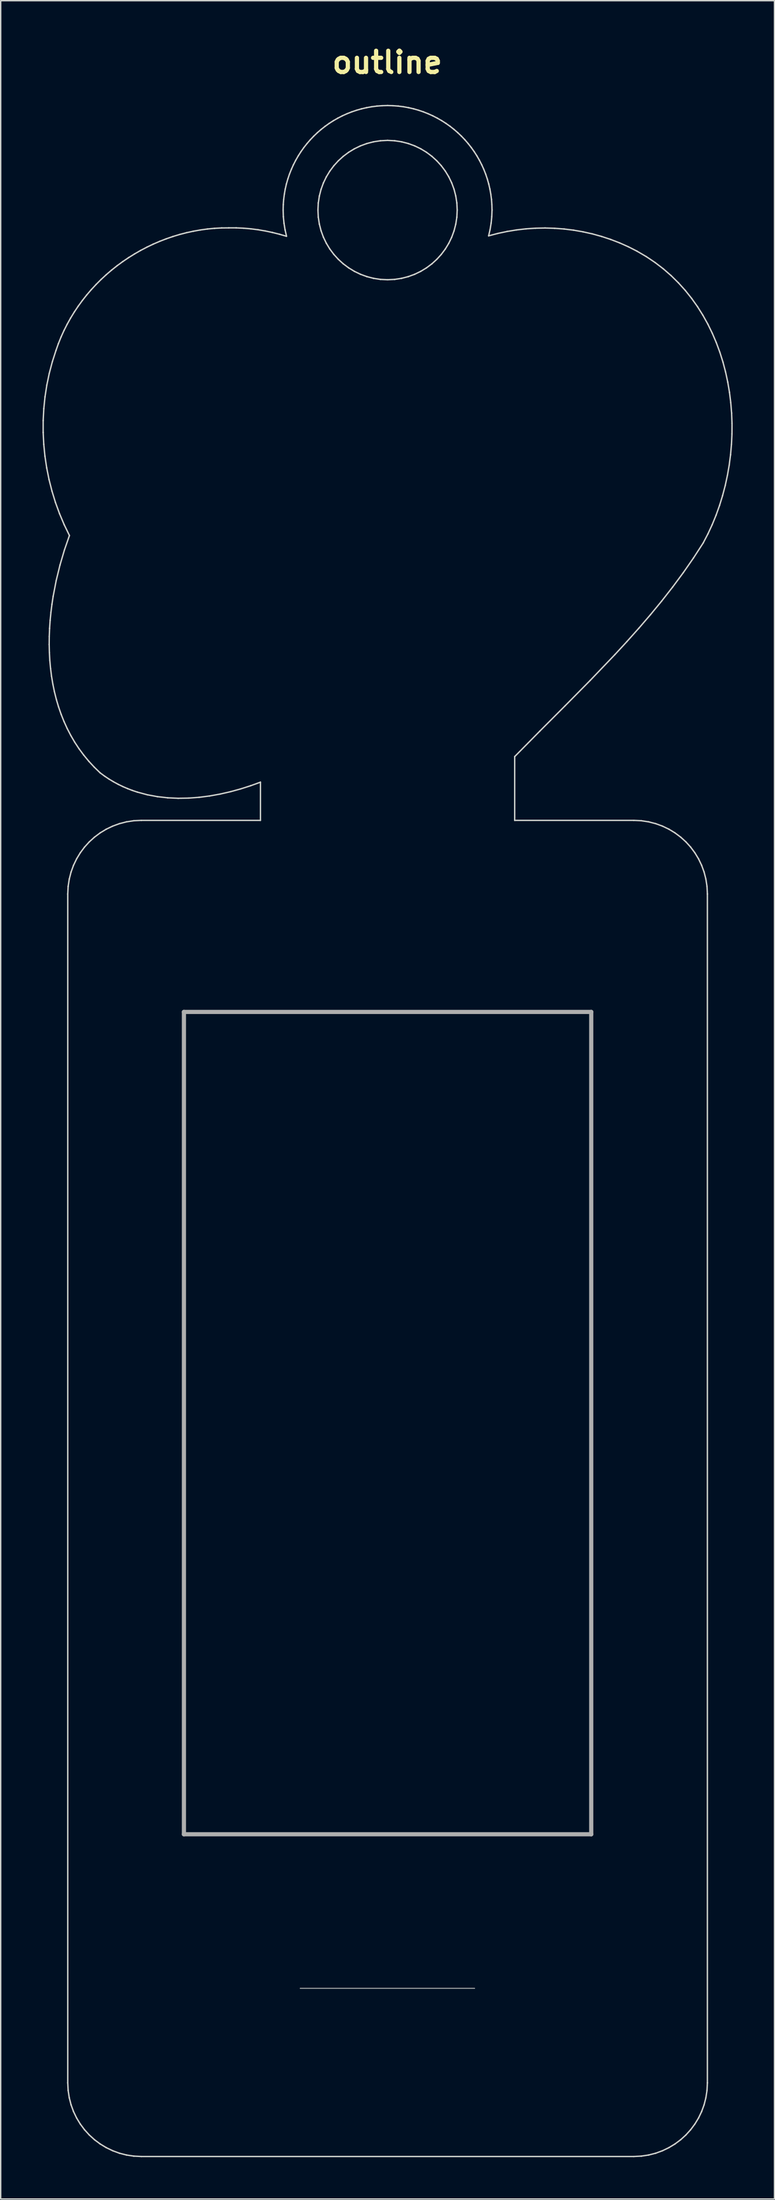
<source format=kicad_pcb>
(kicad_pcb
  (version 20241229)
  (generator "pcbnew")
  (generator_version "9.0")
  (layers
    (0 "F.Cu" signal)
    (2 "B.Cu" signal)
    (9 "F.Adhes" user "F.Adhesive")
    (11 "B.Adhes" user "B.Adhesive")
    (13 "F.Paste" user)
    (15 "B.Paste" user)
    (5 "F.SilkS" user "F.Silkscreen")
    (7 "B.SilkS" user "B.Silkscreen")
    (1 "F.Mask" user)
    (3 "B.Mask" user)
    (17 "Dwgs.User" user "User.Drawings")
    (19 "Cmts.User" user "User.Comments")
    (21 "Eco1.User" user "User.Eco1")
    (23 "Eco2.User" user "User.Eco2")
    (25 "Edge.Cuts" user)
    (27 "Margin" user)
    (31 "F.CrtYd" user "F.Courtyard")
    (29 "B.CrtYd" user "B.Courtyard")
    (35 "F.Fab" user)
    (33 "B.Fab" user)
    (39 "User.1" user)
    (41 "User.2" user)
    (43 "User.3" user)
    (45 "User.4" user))
  (footprint "outline"
    (layer "F.Cu")
    (at 24.757 78.088)
    (property "Reference" "outline" (at 0 -76.662 0) (layer "F.SilkS") (effects (font (size 1.524 1.524) (thickness 0.305))))
    (attr smd)
    (fp_line (start -24.707 -50.106) (end -24.665 -49.253) (stroke (width 0.1) (type solid)) (layer "Edge.Cuts"))
    (fp_line (start -24.706 -50.959) (end -24.707 -50.106) (stroke (width 0.1) (type solid)) (layer "Edge.Cuts"))
    (fp_line (start -24.665 -49.253) (end -24.58 -48.404) (stroke (width 0.1) (type solid)) (layer "Edge.Cuts"))
    (fp_line (start -24.662 -51.811) (end -24.706 -50.959) (stroke (width 0.1) (type solid)) (layer "Edge.Cuts"))
    (fp_line (start -24.58 -48.404) (end -24.453 -47.56) (stroke (width 0.1) (type solid)) (layer "Edge.Cuts"))
    (fp_line (start -24.575 -52.661) (end -24.662 -51.811) (stroke (width 0.1) (type solid)) (layer "Edge.Cuts"))
    (fp_line (start -24.453 -47.56) (end -24.285 -46.722) (stroke (width 0.1) (type solid)) (layer "Edge.Cuts"))
    (fp_line (start -24.444 -53.505) (end -24.575 -52.661) (stroke (width 0.1) (type solid)) (layer "Edge.Cuts"))
    (fp_line (start -24.285 -46.722) (end -24.074 -45.894) (stroke (width 0.1) (type solid)) (layer "Edge.Cuts"))
    (fp_line (start -24.274 -34.89) (end -24.261 -34.315) (stroke (width 0.1) (type solid)) (layer "Edge.Cuts"))
    (fp_line (start -24.27 -54.343) (end -24.444 -53.505) (stroke (width 0.1) (type solid)) (layer "Edge.Cuts"))
    (fp_line (start -24.269 -35.467) (end -24.274 -34.89) (stroke (width 0.1) (type solid)) (layer "Edge.Cuts"))
    (fp_line (start -24.261 -34.315) (end -24.229 -33.742) (stroke (width 0.1) (type solid)) (layer "Edge.Cuts"))
    (fp_line (start -24.246 -36.044) (end -24.269 -35.467) (stroke (width 0.1) (type solid)) (layer "Edge.Cuts"))
    (fp_line (start -24.229 -33.742) (end -24.177 -33.173) (stroke (width 0.1) (type solid)) (layer "Edge.Cuts"))
    (fp_line (start -24.206 -36.622) (end -24.246 -36.044) (stroke (width 0.1) (type solid)) (layer "Edge.Cuts"))
    (fp_line (start -24.177 -33.173) (end -24.106 -32.609) (stroke (width 0.1) (type solid)) (layer "Edge.Cuts"))
    (fp_line (start -24.149 -37.198) (end -24.206 -36.622) (stroke (width 0.1) (type solid)) (layer "Edge.Cuts"))
    (fp_line (start -24.106 -32.609) (end -24.013 -32.049) (stroke (width 0.1) (type solid)) (layer "Edge.Cuts"))
    (fp_line (start -24.077 -37.773) (end -24.149 -37.198) (stroke (width 0.1) (type solid)) (layer "Edge.Cuts"))
    (fp_line (start -24.074 -45.894) (end -23.823 -45.076) (stroke (width 0.1) (type solid)) (layer "Edge.Cuts"))
    (fp_line (start -24.051 -55.172) (end -24.27 -54.343) (stroke (width 0.1) (type solid)) (layer "Edge.Cuts"))
    (fp_line (start -24.013 -32.049) (end -23.898 -31.496) (stroke (width 0.1) (type solid)) (layer "Edge.Cuts"))
    (fp_line (start -23.99 -38.345) (end -24.077 -37.773) (stroke (width 0.1) (type solid)) (layer "Edge.Cuts"))
    (fp_line (start -23.898 -31.496) (end -23.762 -30.95) (stroke (width 0.1) (type solid)) (layer "Edge.Cuts"))
    (fp_line (start -23.823 -45.076) (end -23.53 -44.272) (stroke (width 0.1) (type solid)) (layer "Edge.Cuts"))
    (fp_line (start -23.788 -55.989) (end -24.051 -55.172) (stroke (width 0.1) (type solid)) (layer "Edge.Cuts"))
    (fp_line (start -23.772 -39.476) (end -23.99 -38.345) (stroke (width 0.1) (type solid)) (layer "Edge.Cuts"))
    (fp_line (start -23.762 -30.95) (end -23.602 -30.412) (stroke (width 0.1) (type solid)) (layer "Edge.Cuts"))
    (fp_line (start -23.616 -56.475) (end -23.788 -55.989) (stroke (width 0.1) (type solid)) (layer "Edge.Cuts"))
    (fp_line (start -23.602 -30.412) (end -23.419 -29.883) (stroke (width 0.1) (type solid)) (layer "Edge.Cuts"))
    (fp_line (start -23.53 -44.272) (end -23.196 -43.482) (stroke (width 0.1) (type solid)) (layer "Edge.Cuts"))
    (fp_line (start -23.501 -40.585) (end -23.772 -39.476) (stroke (width 0.1) (type solid)) (layer "Edge.Cuts"))
    (fp_line (start -23.425 -56.95) (end -23.616 -56.475) (stroke (width 0.1) (type solid)) (layer "Edge.Cuts"))
    (fp_line (start -23.419 -29.883) (end -23.212 -29.364) (stroke (width 0.1) (type solid)) (layer "Edge.Cuts"))
    (fp_line (start -23.214 -57.416) (end -23.425 -56.95) (stroke (width 0.1) (type solid)) (layer "Edge.Cuts"))
    (fp_line (start -23.212 -29.364) (end -22.98 -28.856) (stroke (width 0.1) (type solid)) (layer "Edge.Cuts"))
    (fp_line (start -23.196 -43.482) (end -22.821 -42.709) (stroke (width 0.1) (type solid)) (layer "Edge.Cuts"))
    (fp_line (start -23.183 -41.665) (end -23.501 -40.585) (stroke (width 0.1) (type solid)) (layer "Edge.Cuts"))
    (fp_line (start -22.984 -57.87) (end -23.214 -57.416) (stroke (width 0.1) (type solid)) (layer "Edge.Cuts"))
    (fp_line (start -22.98 -28.856) (end -22.723 -28.359) (stroke (width 0.1) (type solid)) (layer "Edge.Cuts"))
    (fp_line (start -22.941 -16.984) (end -22.941 68.329) (stroke (width 0.1) (type solid)) (layer "Edge.Cuts"))
    (fp_line (start -22.941 68.329) (end -22.914 68.87) (stroke (width 0.1) (type solid)) (layer "Edge.Cuts"))
    (fp_line (start -22.914 -17.526) (end -22.941 -16.984) (stroke (width 0.1) (type solid)) (layer "Edge.Cuts"))
    (fp_line (start -22.914 68.87) (end -22.834 69.396) (stroke (width 0.1) (type solid)) (layer "Edge.Cuts"))
    (fp_line (start -22.834 -18.052) (end -22.914 -17.526) (stroke (width 0.1) (type solid)) (layer "Edge.Cuts"))
    (fp_line (start -22.834 69.396) (end -22.704 69.904) (stroke (width 0.1) (type solid)) (layer "Edge.Cuts"))
    (fp_line (start -22.821 -42.709) (end -23.183 -41.665) (stroke (width 0.1) (type solid)) (layer "Edge.Cuts"))
    (fp_line (start -22.737 -58.314) (end -22.984 -57.87) (stroke (width 0.1) (type solid)) (layer "Edge.Cuts"))
    (fp_line (start -22.723 -28.359) (end -22.44 -27.875) (stroke (width 0.1) (type solid)) (layer "Edge.Cuts"))
    (fp_line (start -22.704 -18.559) (end -22.834 -18.052) (stroke (width 0.1) (type solid)) (layer "Edge.Cuts"))
    (fp_line (start -22.704 69.904) (end -22.527 70.39) (stroke (width 0.1) (type solid)) (layer "Edge.Cuts"))
    (fp_line (start -22.527 -19.045) (end -22.704 -18.559) (stroke (width 0.1) (type solid)) (layer "Edge.Cuts"))
    (fp_line (start -22.527 70.39) (end -22.305 70.852) (stroke (width 0.1) (type solid)) (layer "Edge.Cuts"))
    (fp_line (start -22.472 -58.747) (end -22.737 -58.314) (stroke (width 0.1) (type solid)) (layer "Edge.Cuts"))
    (fp_line (start -22.44 -27.875) (end -22.13 -27.404) (stroke (width 0.1) (type solid)) (layer "Edge.Cuts"))
    (fp_line (start -22.305 -19.507) (end -22.527 -19.045) (stroke (width 0.1) (type solid)) (layer "Edge.Cuts"))
    (fp_line (start -22.305 70.852) (end -22.041 71.287) (stroke (width 0.1) (type solid)) (layer "Edge.Cuts"))
    (fp_line (start -22.19 -59.168) (end -22.472 -58.747) (stroke (width 0.1) (type solid)) (layer "Edge.Cuts"))
    (fp_line (start -22.13 -27.404) (end -21.792 -26.948) (stroke (width 0.1) (type solid)) (layer "Edge.Cuts"))
    (fp_line (start -22.041 -19.943) (end -22.305 -19.507) (stroke (width 0.1) (type solid)) (layer "Edge.Cuts"))
    (fp_line (start -22.041 71.287) (end -21.737 71.694) (stroke (width 0.1) (type solid)) (layer "Edge.Cuts"))
    (fp_line (start -21.892 -59.576) (end -22.19 -59.168) (stroke (width 0.1) (type solid)) (layer "Edge.Cuts"))
    (fp_line (start -21.792 -26.948) (end -21.427 -26.506) (stroke (width 0.1) (type solid)) (layer "Edge.Cuts"))
    (fp_line (start -21.737 -20.35) (end -22.041 -19.943) (stroke (width 0.1) (type solid)) (layer "Edge.Cuts"))
    (fp_line (start -21.737 71.694) (end -21.396 72.069) (stroke (width 0.1) (type solid)) (layer "Edge.Cuts"))
    (fp_line (start -21.578 -59.973) (end -21.892 -59.576) (stroke (width 0.1) (type solid)) (layer "Edge.Cuts"))
    (fp_line (start -21.427 -26.506) (end -21.033 -26.081) (stroke (width 0.1) (type solid)) (layer "Edge.Cuts"))
    (fp_line (start -21.396 -20.725) (end -21.737 -20.35) (stroke (width 0.1) (type solid)) (layer "Edge.Cuts"))
    (fp_line (start -21.396 72.069) (end -21.021 72.41) (stroke (width 0.1) (type solid)) (layer "Edge.Cuts"))
    (fp_line (start -21.25 -60.356) (end -21.578 -59.973) (stroke (width 0.1) (type solid)) (layer "Edge.Cuts"))
    (fp_line (start -21.033 -26.081) (end -20.61 -25.673) (stroke (width 0.1) (type solid)) (layer "Edge.Cuts"))
    (fp_line (start -21.021 -21.065) (end -21.396 -20.725) (stroke (width 0.1) (type solid)) (layer "Edge.Cuts"))
    (fp_line (start -21.021 72.41) (end -20.615 72.713) (stroke (width 0.1) (type solid)) (layer "Edge.Cuts"))
    (fp_line (start -20.906 -60.726) (end -21.25 -60.356) (stroke (width 0.1) (type solid)) (layer "Edge.Cuts"))
    (fp_line (start -20.615 -21.369) (end -21.021 -21.065) (stroke (width 0.1) (type solid)) (layer "Edge.Cuts"))
    (fp_line (start -20.615 72.713) (end -20.179 72.977) (stroke (width 0.1) (type solid)) (layer "Edge.Cuts"))
    (fp_line (start -20.61 -25.673) (end -20.298 -25.444) (stroke (width 0.1) (type solid)) (layer "Edge.Cuts"))
    (fp_line (start -20.549 -61.083) (end -20.906 -60.726) (stroke (width 0.1) (type solid)) (layer "Edge.Cuts"))
    (fp_line (start -20.298 -25.444) (end -19.979 -25.231) (stroke (width 0.1) (type solid)) (layer "Edge.Cuts"))
    (fp_line (start -20.179 -21.633) (end -20.615 -21.369) (stroke (width 0.1) (type solid)) (layer "Edge.Cuts"))
    (fp_line (start -20.179 72.977) (end -19.717 73.199) (stroke (width 0.1) (type solid)) (layer "Edge.Cuts"))
    (fp_line (start -20.178 -61.426) (end -20.549 -61.083) (stroke (width 0.1) (type solid)) (layer "Edge.Cuts"))
    (fp_line (start -19.979 -25.231) (end -19.653 -25.035) (stroke (width 0.1) (type solid)) (layer "Edge.Cuts"))
    (fp_line (start -19.795 -61.754) (end -20.178 -61.426) (stroke (width 0.1) (type solid)) (layer "Edge.Cuts"))
    (fp_line (start -19.717 -21.855) (end -20.179 -21.633) (stroke (width 0.1) (type solid)) (layer "Edge.Cuts"))
    (fp_line (start -19.717 73.199) (end -19.231 73.377) (stroke (width 0.1) (type solid)) (layer "Edge.Cuts"))
    (fp_line (start -19.653 -25.035) (end -19.322 -24.856) (stroke (width 0.1) (type solid)) (layer "Edge.Cuts"))
    (fp_line (start -19.399 -62.068) (end -19.795 -61.754) (stroke (width 0.1) (type solid)) (layer "Edge.Cuts"))
    (fp_line (start -19.322 -24.856) (end -18.985 -24.693) (stroke (width 0.1) (type solid)) (layer "Edge.Cuts"))
    (fp_line (start -19.231 -22.032) (end -19.717 -21.855) (stroke (width 0.1) (type solid)) (layer "Edge.Cuts"))
    (fp_line (start -19.231 73.377) (end -18.723 73.507) (stroke (width 0.1) (type solid)) (layer "Edge.Cuts"))
    (fp_line (start -18.992 -62.366) (end -19.399 -62.068) (stroke (width 0.1) (type solid)) (layer "Edge.Cuts"))
    (fp_line (start -18.985 -24.693) (end -18.643 -24.546) (stroke (width 0.1) (type solid)) (layer "Edge.Cuts"))
    (fp_line (start -18.723 -22.162) (end -19.231 -22.032) (stroke (width 0.1) (type solid)) (layer "Edge.Cuts"))
    (fp_line (start -18.723 73.507) (end -18.198 73.586) (stroke (width 0.1) (type solid)) (layer "Edge.Cuts"))
    (fp_line (start -18.643 -24.546) (end -18.296 -24.413) (stroke (width 0.1) (type solid)) (layer "Edge.Cuts"))
    (fp_line (start -18.574 -62.649) (end -18.992 -62.366) (stroke (width 0.1) (type solid)) (layer "Edge.Cuts"))
    (fp_line (start -18.296 -24.413) (end -17.944 -24.296) (stroke (width 0.1) (type solid)) (layer "Edge.Cuts"))
    (fp_line (start -18.198 -22.242) (end -18.723 -22.162) (stroke (width 0.1) (type solid)) (layer "Edge.Cuts"))
    (fp_line (start -18.198 73.586) (end -17.656 73.614) (stroke (width 0.1) (type solid)) (layer "Edge.Cuts"))
    (fp_line (start -18.145 -62.916) (end -18.574 -62.649) (stroke (width 0.1) (type solid)) (layer "Edge.Cuts"))
    (fp_line (start -17.944 -24.296) (end -17.229 -24.105) (stroke (width 0.1) (type solid)) (layer "Edge.Cuts"))
    (fp_line (start -17.707 -63.168) (end -18.145 -62.916) (stroke (width 0.1) (type solid)) (layer "Edge.Cuts"))
    (fp_line (start -17.656 -22.269) (end -18.198 -22.242) (stroke (width 0.1) (type solid)) (layer "Edge.Cuts"))
    (fp_line (start -17.656 73.614) (end 17.704 73.614) (stroke (width 0.1) (type solid)) (layer "Edge.Cuts"))
    (fp_line (start -17.259 -63.402) (end -17.707 -63.168) (stroke (width 0.1) (type solid)) (layer "Edge.Cuts"))
    (fp_line (start -17.229 -24.105) (end -16.501 -23.97) (stroke (width 0.1) (type solid)) (layer "Edge.Cuts"))
    (fp_line (start -16.803 -63.62) (end -17.259 -63.402) (stroke (width 0.1) (type solid)) (layer "Edge.Cuts"))
    (fp_line (start -16.501 -23.97) (end -15.762 -23.887) (stroke (width 0.1) (type solid)) (layer "Edge.Cuts"))
    (fp_line (start -16.338 -63.82) (end -16.803 -63.62) (stroke (width 0.1) (type solid)) (layer "Edge.Cuts"))
    (fp_line (start -15.866 -64.002) (end -16.338 -63.82) (stroke (width 0.1) (type solid)) (layer "Edge.Cuts"))
    (fp_line (start -15.762 -23.887) (end -15.014 -23.853) (stroke (width 0.1) (type solid)) (layer "Edge.Cuts"))
    (fp_line (start -15.387 -64.167) (end -15.866 -64.002) (stroke (width 0.1) (type solid)) (layer "Edge.Cuts"))
    (fp_line (start -15.014 -23.853) (end -14.262 -23.866) (stroke (width 0.1) (type solid)) (layer "Edge.Cuts"))
    (fp_line (start -14.902 -64.313) (end -15.387 -64.167) (stroke (width 0.1) (type solid)) (layer "Edge.Cuts"))
    (fp_line (start -14.411 -64.44) (end -14.902 -64.313) (stroke (width 0.1) (type solid)) (layer "Edge.Cuts"))
    (fp_line (start -14.262 -23.866) (end -13.508 -23.922) (stroke (width 0.1) (type solid)) (layer "Edge.Cuts"))
    (fp_line (start -13.915 -64.548) (end -14.411 -64.44) (stroke (width 0.1) (type solid)) (layer "Edge.Cuts"))
    (fp_line (start -13.508 -23.922) (end -12.755 -24.019) (stroke (width 0.1) (type solid)) (layer "Edge.Cuts"))
    (fp_line (start -13.415 -64.636) (end -13.915 -64.548) (stroke (width 0.1) (type solid)) (layer "Edge.Cuts"))
    (fp_line (start -12.91 -64.705) (end -13.415 -64.636) (stroke (width 0.1) (type solid)) (layer "Edge.Cuts"))
    (fp_line (start -12.755 -24.019) (end -12.006 -24.154) (stroke (width 0.1) (type solid)) (layer "Edge.Cuts"))
    (fp_line (start -12.402 -64.753) (end -12.91 -64.705) (stroke (width 0.1) (type solid)) (layer "Edge.Cuts"))
    (fp_line (start -12.006 -24.154) (end -11.263 -24.323) (stroke (width 0.1) (type solid)) (layer "Edge.Cuts"))
    (fp_line (start -11.891 -64.78) (end -12.402 -64.753) (stroke (width 0.1) (type solid)) (layer "Edge.Cuts"))
    (fp_line (start -11.378 -64.786) (end -11.891 -64.78) (stroke (width 0.1) (type solid)) (layer "Edge.Cuts"))
    (fp_line (start -11.263 -24.323) (end -10.53 -24.524) (stroke (width 0.1) (type solid)) (layer "Edge.Cuts"))
    (fp_line (start -10.848 -64.786) (end -11.378 -64.786) (stroke (width 0.1) (type solid)) (layer "Edge.Cuts"))
    (fp_line (start -10.53 -24.524) (end -9.809 -24.754) (stroke (width 0.1) (type solid)) (layer "Edge.Cuts"))
    (fp_line (start -10.32 -64.763) (end -10.848 -64.786) (stroke (width 0.1) (type solid)) (layer "Edge.Cuts"))
    (fp_line (start -9.809 -24.754) (end -9.104 -25.009) (stroke (width 0.1) (type solid)) (layer "Edge.Cuts"))
    (fp_line (start -9.796 -64.718) (end -10.32 -64.763) (stroke (width 0.1) (type solid)) (layer "Edge.Cuts"))
    (fp_line (start -9.274 -64.651) (end -9.796 -64.718) (stroke (width 0.1) (type solid)) (layer "Edge.Cuts"))
    (fp_line (start -9.104 -25.009) (end -9.104 -22.269) (stroke (width 0.1) (type solid)) (layer "Edge.Cuts"))
    (fp_line (start -9.104 -22.269) (end -17.656 -22.269) (stroke (width 0.1) (type solid)) (layer "Edge.Cuts"))
    (fp_line (start -8.757 -64.563) (end -9.274 -64.651) (stroke (width 0.1) (type solid)) (layer "Edge.Cuts"))
    (fp_line (start -8.244 -64.455) (end -8.757 -64.563) (stroke (width 0.1) (type solid)) (layer "Edge.Cuts"))
    (fp_line (start -7.735 -64.328) (end -8.244 -64.455) (stroke (width 0.1) (type solid)) (layer "Edge.Cuts"))
    (fp_line (start -7.476 -66.064) (end -7.46 -65.588) (stroke (width 0.1) (type solid)) (layer "Edge.Cuts"))
    (fp_line (start -7.466 -66.45) (end -7.476 -66.064) (stroke (width 0.1) (type solid)) (layer "Edge.Cuts"))
    (fp_line (start -7.46 -65.588) (end -7.413 -65.115) (stroke (width 0.1) (type solid)) (layer "Edge.Cuts"))
    (fp_line (start -7.437 -66.83) (end -7.466 -66.45) (stroke (width 0.1) (type solid)) (layer "Edge.Cuts"))
    (fp_line (start -7.413 -65.115) (end -7.337 -64.646) (stroke (width 0.1) (type solid)) (layer "Edge.Cuts"))
    (fp_line (start -7.389 -67.206) (end -7.437 -66.83) (stroke (width 0.1) (type solid)) (layer "Edge.Cuts"))
    (fp_line (start -7.337 -64.646) (end -7.231 -64.182) (stroke (width 0.1) (type solid)) (layer "Edge.Cuts"))
    (fp_line (start -7.323 -67.575) (end -7.389 -67.206) (stroke (width 0.1) (type solid)) (layer "Edge.Cuts"))
    (fp_line (start -7.24 -67.938) (end -7.323 -67.575) (stroke (width 0.1) (type solid)) (layer "Edge.Cuts"))
    (fp_line (start -7.231 -64.182) (end -7.735 -64.328) (stroke (width 0.1) (type solid)) (layer "Edge.Cuts"))
    (fp_line (start -7.138 -68.294) (end -7.24 -67.938) (stroke (width 0.1) (type solid)) (layer "Edge.Cuts"))
    (fp_line (start -7.021 -68.642) (end -7.138 -68.294) (stroke (width 0.1) (type solid)) (layer "Edge.Cuts"))
    (fp_line (start -6.886 -68.983) (end -7.021 -68.642) (stroke (width 0.1) (type solid)) (layer "Edge.Cuts"))
    (fp_line (start -6.736 -69.315) (end -6.886 -68.983) (stroke (width 0.1) (type solid)) (layer "Edge.Cuts"))
    (fp_line (start -6.57 -69.638) (end -6.736 -69.315) (stroke (width 0.1) (type solid)) (layer "Edge.Cuts"))
    (fp_line (start -6.39 -69.953) (end -6.57 -69.638) (stroke (width 0.1) (type solid)) (layer "Edge.Cuts"))
    (fp_line (start -6.195 -70.257) (end -6.39 -69.953) (stroke (width 0.1) (type solid)) (layer "Edge.Cuts"))
    (fp_line (start -5.986 -70.551) (end -6.195 -70.257) (stroke (width 0.1) (type solid)) (layer "Edge.Cuts"))
    (fp_line (start -5.763 -70.834) (end -5.986 -70.551) (stroke (width 0.1) (type solid)) (layer "Edge.Cuts"))
    (fp_line (start -5.527 -71.106) (end -5.763 -70.834) (stroke (width 0.1) (type solid)) (layer "Edge.Cuts"))
    (fp_line (start -5.279 -71.367) (end -5.527 -71.106) (stroke (width 0.1) (type solid)) (layer "Edge.Cuts"))
    (fp_line (start -5.019 -71.615) (end -5.279 -71.367) (stroke (width 0.1) (type solid)) (layer "Edge.Cuts"))
    (fp_line (start -4.976 -66.064) (end -4.951 -66.575) (stroke (width 0.1) (type solid)) (layer "Edge.Cuts"))
    (fp_line (start -4.951 -66.575) (end -4.875 -67.071) (stroke (width 0.1) (type solid)) (layer "Edge.Cuts"))
    (fp_line (start -4.951 -65.552) (end -4.976 -66.064) (stroke (width 0.1) (type solid)) (layer "Edge.Cuts"))
    (fp_line (start -4.875 -67.071) (end -4.752 -67.551) (stroke (width 0.1) (type solid)) (layer "Edge.Cuts"))
    (fp_line (start -4.875 -65.056) (end -4.951 -65.552) (stroke (width 0.1) (type solid)) (layer "Edge.Cuts"))
    (fp_line (start -4.752 -64.577) (end -4.875 -65.056) (stroke (width 0.1) (type solid)) (layer "Edge.Cuts"))
    (fp_line (start -4.752 -67.551) (end -4.584 -68.01) (stroke (width 0.1) (type solid)) (layer "Edge.Cuts"))
    (fp_line (start -4.746 -71.851) (end -5.019 -71.615) (stroke (width 0.1) (type solid)) (layer "Edge.Cuts"))
    (fp_line (start -4.584 -64.117) (end -4.752 -64.577) (stroke (width 0.1) (type solid)) (layer "Edge.Cuts"))
    (fp_line (start -4.584 -68.01) (end -4.373 -68.447) (stroke (width 0.1) (type solid)) (layer "Edge.Cuts"))
    (fp_line (start -4.463 -72.073) (end -4.746 -71.851) (stroke (width 0.1) (type solid)) (layer "Edge.Cuts"))
    (fp_line (start -4.373 -63.68) (end -4.584 -64.117) (stroke (width 0.1) (type solid)) (layer "Edge.Cuts"))
    (fp_line (start -4.373 -68.447) (end -4.123 -68.859) (stroke (width 0.1) (type solid)) (layer "Edge.Cuts"))
    (fp_line (start -4.169 -72.283) (end -4.463 -72.073) (stroke (width 0.1) (type solid)) (layer "Edge.Cuts"))
    (fp_line (start -4.123 -63.268) (end -4.373 -63.68) (stroke (width 0.1) (type solid)) (layer "Edge.Cuts"))
    (fp_line (start -4.123 -68.859) (end -3.835 -69.244) (stroke (width 0.1) (type solid)) (layer "Edge.Cuts"))
    (fp_line (start -3.865 -72.478) (end -4.169 -72.283) (stroke (width 0.1) (type solid)) (layer "Edge.Cuts"))
    (fp_line (start -3.835 -62.883) (end -4.123 -63.268) (stroke (width 0.1) (type solid)) (layer "Edge.Cuts"))
    (fp_line (start -3.835 -69.244) (end -3.512 -69.599) (stroke (width 0.1) (type solid)) (layer "Edge.Cuts"))
    (fp_line (start -3.551 -72.658) (end -3.865 -72.478) (stroke (width 0.1) (type solid)) (layer "Edge.Cuts"))
    (fp_line (start -3.512 -62.528) (end -3.835 -62.883) (stroke (width 0.1) (type solid)) (layer "Edge.Cuts"))
    (fp_line (start -3.512 -69.599) (end -3.157 -69.922) (stroke (width 0.1) (type solid)) (layer "Edge.Cuts"))
    (fp_line (start -3.227 -72.824) (end -3.551 -72.658) (stroke (width 0.1) (type solid)) (layer "Edge.Cuts"))
    (fp_line (start -3.157 -62.205) (end -3.512 -62.528) (stroke (width 0.1) (type solid)) (layer "Edge.Cuts"))
    (fp_line (start -3.157 -69.922) (end -2.772 -70.21) (stroke (width 0.1) (type solid)) (layer "Edge.Cuts"))
    (fp_line (start -2.895 -72.974) (end -3.227 -72.824) (stroke (width 0.1) (type solid)) (layer "Edge.Cuts"))
    (fp_line (start -2.772 -61.918) (end -3.157 -62.205) (stroke (width 0.1) (type solid)) (layer "Edge.Cuts"))
    (fp_line (start -2.772 -70.21) (end -2.36 -70.46) (stroke (width 0.1) (type solid)) (layer "Edge.Cuts"))
    (fp_line (start -2.555 -73.108) (end -2.895 -72.974) (stroke (width 0.1) (type solid)) (layer "Edge.Cuts"))
    (fp_line (start -2.36 -61.667) (end -2.772 -61.918) (stroke (width 0.1) (type solid)) (layer "Edge.Cuts"))
    (fp_line (start -2.36 -70.46) (end -1.923 -70.671) (stroke (width 0.1) (type solid)) (layer "Edge.Cuts"))
    (fp_line (start -2.206 -73.226) (end -2.555 -73.108) (stroke (width 0.1) (type solid)) (layer "Edge.Cuts"))
    (fp_line (start -1.923 -70.671) (end -1.463 -70.839) (stroke (width 0.1) (type solid)) (layer "Edge.Cuts"))
    (fp_line (start -1.923 -61.457) (end -2.36 -61.667) (stroke (width 0.1) (type solid)) (layer "Edge.Cuts"))
    (fp_line (start -1.85 -73.327) (end -2.206 -73.226) (stroke (width 0.1) (type solid)) (layer "Edge.Cuts"))
    (fp_line (start -1.487 -73.411) (end -1.85 -73.327) (stroke (width 0.1) (type solid)) (layer "Edge.Cuts"))
    (fp_line (start -1.463 -61.288) (end -1.923 -61.457) (stroke (width 0.1) (type solid)) (layer "Edge.Cuts"))
    (fp_line (start -1.463 -70.839) (end -0.984 -70.962) (stroke (width 0.1) (type solid)) (layer "Edge.Cuts"))
    (fp_line (start -1.118 -73.477) (end -1.487 -73.411) (stroke (width 0.1) (type solid)) (layer "Edge.Cuts"))
    (fp_line (start -0.984 -61.165) (end -1.463 -61.288) (stroke (width 0.1) (type solid)) (layer "Edge.Cuts"))
    (fp_line (start -0.984 -70.962) (end -0.488 -71.038) (stroke (width 0.1) (type solid)) (layer "Edge.Cuts"))
    (fp_line (start -0.743 -73.525) (end -1.118 -73.477) (stroke (width 0.1) (type solid)) (layer "Edge.Cuts"))
    (fp_line (start -0.488 -71.038) (end 0.023 -71.064) (stroke (width 0.1) (type solid)) (layer "Edge.Cuts"))
    (fp_line (start -0.488 -61.089) (end -0.984 -61.165) (stroke (width 0.1) (type solid)) (layer "Edge.Cuts"))
    (fp_line (start -0.362 -73.554) (end -0.743 -73.525) (stroke (width 0.1) (type solid)) (layer "Edge.Cuts"))
    (fp_line (start 0.023 -71.064) (end 0.534 -71.038) (stroke (width 0.1) (type solid)) (layer "Edge.Cuts"))
    (fp_line (start 0.023 -61.063) (end -0.488 -61.089) (stroke (width 0.1) (type solid)) (layer "Edge.Cuts"))
    (fp_line (start 0.024 -73.564) (end -0.362 -73.554) (stroke (width 0.1) (type solid)) (layer "Edge.Cuts"))
    (fp_line (start 0.409 -73.554) (end 0.023 -73.564) (stroke (width 0.1) (type solid)) (layer "Edge.Cuts"))
    (fp_line (start 0.534 -71.038) (end 1.031 -70.962) (stroke (width 0.1) (type solid)) (layer "Edge.Cuts"))
    (fp_line (start 0.535 -61.089) (end 0.023 -61.063) (stroke (width 0.1) (type solid)) (layer "Edge.Cuts"))
    (fp_line (start 0.79 -73.525) (end 0.409 -73.554) (stroke (width 0.1) (type solid)) (layer "Edge.Cuts"))
    (fp_line (start 1.031 -70.962) (end 1.51 -70.839) (stroke (width 0.1) (type solid)) (layer "Edge.Cuts"))
    (fp_line (start 1.031 -61.165) (end 0.535 -61.089) (stroke (width 0.1) (type solid)) (layer "Edge.Cuts"))
    (fp_line (start 1.165 -73.477) (end 0.79 -73.525) (stroke (width 0.1) (type solid)) (layer "Edge.Cuts"))
    (fp_line (start 1.51 -70.839) (end 1.97 -70.671) (stroke (width 0.1) (type solid)) (layer "Edge.Cuts"))
    (fp_line (start 1.51 -61.288) (end 1.031 -61.165) (stroke (width 0.1) (type solid)) (layer "Edge.Cuts"))
    (fp_line (start 1.535 -73.411) (end 1.165 -73.477) (stroke (width 0.1) (type solid)) (layer "Edge.Cuts"))
    (fp_line (start 1.898 -73.328) (end 1.535 -73.411) (stroke (width 0.1) (type solid)) (layer "Edge.Cuts"))
    (fp_line (start 1.97 -70.671) (end 2.407 -70.46) (stroke (width 0.1) (type solid)) (layer "Edge.Cuts"))
    (fp_line (start 1.97 -61.456) (end 1.51 -61.288) (stroke (width 0.1) (type solid)) (layer "Edge.Cuts"))
    (fp_line (start 2.254 -73.226) (end 1.898 -73.328) (stroke (width 0.1) (type solid)) (layer "Edge.Cuts"))
    (fp_line (start 2.407 -70.46) (end 2.819 -70.21) (stroke (width 0.1) (type solid)) (layer "Edge.Cuts"))
    (fp_line (start 2.407 -61.667) (end 1.97 -61.456) (stroke (width 0.1) (type solid)) (layer "Edge.Cuts"))
    (fp_line (start 2.602 -73.109) (end 2.254 -73.226) (stroke (width 0.1) (type solid)) (layer "Edge.Cuts"))
    (fp_line (start 2.819 -70.21) (end 3.204 -69.922) (stroke (width 0.1) (type solid)) (layer "Edge.Cuts"))
    (fp_line (start 2.819 -61.917) (end 2.407 -61.667) (stroke (width 0.1) (type solid)) (layer "Edge.Cuts"))
    (fp_line (start 2.943 -72.974) (end 2.602 -73.109) (stroke (width 0.1) (type solid)) (layer "Edge.Cuts"))
    (fp_line (start 3.204 -69.922) (end 3.559 -69.599) (stroke (width 0.1) (type solid)) (layer "Edge.Cuts"))
    (fp_line (start 3.204 -62.205) (end 2.819 -61.917) (stroke (width 0.1) (type solid)) (layer "Edge.Cuts"))
    (fp_line (start 3.275 -72.824) (end 2.943 -72.974) (stroke (width 0.1) (type solid)) (layer "Edge.Cuts"))
    (fp_line (start 3.559 -69.599) (end 3.882 -69.244) (stroke (width 0.1) (type solid)) (layer "Edge.Cuts"))
    (fp_line (start 3.559 -62.528) (end 3.204 -62.205) (stroke (width 0.1) (type solid)) (layer "Edge.Cuts"))
    (fp_line (start 3.598 -72.658) (end 3.275 -72.824) (stroke (width 0.1) (type solid)) (layer "Edge.Cuts"))
    (fp_line (start 3.882 -69.244) (end 4.17 -68.859) (stroke (width 0.1) (type solid)) (layer "Edge.Cuts"))
    (fp_line (start 3.882 -62.883) (end 3.559 -62.528) (stroke (width 0.1) (type solid)) (layer "Edge.Cuts"))
    (fp_line (start 3.912 -72.478) (end 3.598 -72.658) (stroke (width 0.1) (type solid)) (layer "Edge.Cuts"))
    (fp_line (start 4.17 -68.859) (end 4.42 -68.447) (stroke (width 0.1) (type solid)) (layer "Edge.Cuts"))
    (fp_line (start 4.17 -63.268) (end 3.882 -62.883) (stroke (width 0.1) (type solid)) (layer "Edge.Cuts"))
    (fp_line (start 4.217 -72.283) (end 3.912 -72.478) (stroke (width 0.1) (type solid)) (layer "Edge.Cuts"))
    (fp_line (start 4.42 -68.447) (end 4.631 -68.01) (stroke (width 0.1) (type solid)) (layer "Edge.Cuts"))
    (fp_line (start 4.42 -63.68) (end 4.17 -63.268) (stroke (width 0.1) (type solid)) (layer "Edge.Cuts"))
    (fp_line (start 4.511 -72.074) (end 4.217 -72.283) (stroke (width 0.1) (type solid)) (layer "Edge.Cuts"))
    (fp_line (start 4.631 -68.01) (end 4.799 -67.551) (stroke (width 0.1) (type solid)) (layer "Edge.Cuts"))
    (fp_line (start 4.631 -64.117) (end 4.42 -63.68) (stroke (width 0.1) (type solid)) (layer "Edge.Cuts"))
    (fp_line (start 4.794 -71.851) (end 4.511 -72.074) (stroke (width 0.1) (type solid)) (layer "Edge.Cuts"))
    (fp_line (start 4.799 -67.551) (end 4.922 -67.071) (stroke (width 0.1) (type solid)) (layer "Edge.Cuts"))
    (fp_line (start 4.799 -64.577) (end 4.631 -64.117) (stroke (width 0.1) (type solid)) (layer "Edge.Cuts"))
    (fp_line (start 4.922 -67.071) (end 4.998 -66.575) (stroke (width 0.1) (type solid)) (layer "Edge.Cuts"))
    (fp_line (start 4.922 -65.056) (end 4.799 -64.577) (stroke (width 0.1) (type solid)) (layer "Edge.Cuts"))
    (fp_line (start 4.998 -66.575) (end 5.023 -66.064) (stroke (width 0.1) (type solid)) (layer "Edge.Cuts"))
    (fp_line (start 4.998 -65.552) (end 4.922 -65.056) (stroke (width 0.1) (type solid)) (layer "Edge.Cuts"))
    (fp_line (start 5.023 -66.064) (end 4.998 -65.552) (stroke (width 0.1) (type solid)) (layer "Edge.Cuts"))
    (fp_line (start 5.066 -71.615) (end 4.794 -71.851) (stroke (width 0.1) (type solid)) (layer "Edge.Cuts"))
    (fp_line (start 5.327 -71.367) (end 5.066 -71.615) (stroke (width 0.1) (type solid)) (layer "Edge.Cuts"))
    (fp_line (start 5.575 -71.107) (end 5.327 -71.367) (stroke (width 0.1) (type solid)) (layer "Edge.Cuts"))
    (fp_line (start 5.811 -70.834) (end 5.575 -71.107) (stroke (width 0.1) (type solid)) (layer "Edge.Cuts"))
    (fp_line (start 6.033 -70.551) (end 5.811 -70.834) (stroke (width 0.1) (type solid)) (layer "Edge.Cuts"))
    (fp_line (start 6.243 -70.257) (end 6.033 -70.551) (stroke (width 0.1) (type solid)) (layer "Edge.Cuts"))
    (fp_line (start 6.438 -69.953) (end 6.243 -70.257) (stroke (width 0.1) (type solid)) (layer "Edge.Cuts"))
    (fp_line (start 6.618 -69.639) (end 6.438 -69.953) (stroke (width 0.1) (type solid)) (layer "Edge.Cuts"))
    (fp_line (start 6.784 -69.315) (end 6.618 -69.639) (stroke (width 0.1) (type solid)) (layer "Edge.Cuts"))
    (fp_line (start 6.934 -68.983) (end 6.784 -69.315) (stroke (width 0.1) (type solid)) (layer "Edge.Cuts"))
    (fp_line (start 7.068 -68.643) (end 6.934 -68.983) (stroke (width 0.1) (type solid)) (layer "Edge.Cuts"))
    (fp_line (start 7.186 -68.294) (end 7.068 -68.643) (stroke (width 0.1) (type solid)) (layer "Edge.Cuts"))
    (fp_line (start 7.282 -64.214) (end 7.386 -64.67) (stroke (width 0.1) (type solid)) (layer "Edge.Cuts"))
    (fp_line (start 7.287 -67.938) (end 7.186 -68.294) (stroke (width 0.1) (type solid)) (layer "Edge.Cuts"))
    (fp_line (start 7.371 -67.575) (end 7.287 -67.938) (stroke (width 0.1) (type solid)) (layer "Edge.Cuts"))
    (fp_line (start 7.386 -64.67) (end 7.461 -65.131) (stroke (width 0.1) (type solid)) (layer "Edge.Cuts"))
    (fp_line (start 7.437 -67.206) (end 7.371 -67.575) (stroke (width 0.1) (type solid)) (layer "Edge.Cuts"))
    (fp_line (start 7.461 -65.131) (end 7.507 -65.596) (stroke (width 0.1) (type solid)) (layer "Edge.Cuts"))
    (fp_line (start 7.485 -66.831) (end 7.437 -67.206) (stroke (width 0.1) (type solid)) (layer "Edge.Cuts"))
    (fp_line (start 7.507 -65.596) (end 7.524 -66.064) (stroke (width 0.1) (type solid)) (layer "Edge.Cuts"))
    (fp_line (start 7.514 -66.45) (end 7.485 -66.831) (stroke (width 0.1) (type solid)) (layer "Edge.Cuts"))
    (fp_line (start 7.524 -66.064) (end 7.514 -66.45) (stroke (width 0.1) (type solid)) (layer "Edge.Cuts"))
    (fp_line (start 7.943 -64.388) (end 7.282 -64.214) (stroke (width 0.1) (type solid)) (layer "Edge.Cuts"))
    (fp_line (start 8.612 -64.529) (end 7.943 -64.388) (stroke (width 0.1) (type solid)) (layer "Edge.Cuts"))
    (fp_line (start 9.152 -26.845) (end 10.954 -28.67) (stroke (width 0.1) (type solid)) (layer "Edge.Cuts"))
    (fp_line (start 9.152 -22.269) (end 9.152 -26.845) (stroke (width 0.1) (type solid)) (layer "Edge.Cuts"))
    (fp_line (start 9.287 -64.639) (end 8.612 -64.529) (stroke (width 0.1) (type solid)) (layer "Edge.Cuts"))
    (fp_line (start 9.966 -64.717) (end 9.287 -64.639) (stroke (width 0.1) (type solid)) (layer "Edge.Cuts"))
    (fp_line (start 10.649 -64.762) (end 9.966 -64.717) (stroke (width 0.1) (type solid)) (layer "Edge.Cuts"))
    (fp_line (start 10.954 -28.67) (end 12.769 -30.487) (stroke (width 0.1) (type solid)) (layer "Edge.Cuts"))
    (fp_line (start 11.333 -64.776) (end 10.649 -64.762) (stroke (width 0.1) (type solid)) (layer "Edge.Cuts"))
    (fp_line (start 12.017 -64.756) (end 11.333 -64.776) (stroke (width 0.1) (type solid)) (layer "Edge.Cuts"))
    (fp_line (start 12.7 -64.705) (end 12.017 -64.756) (stroke (width 0.1) (type solid)) (layer "Edge.Cuts"))
    (fp_line (start 12.769 -30.487) (end 14.574 -32.312) (stroke (width 0.1) (type solid)) (layer "Edge.Cuts"))
    (fp_line (start 13.38 -64.621) (end 12.7 -64.705) (stroke (width 0.1) (type solid)) (layer "Edge.Cuts"))
    (fp_line (start 14.055 -64.504) (end 13.38 -64.621) (stroke (width 0.1) (type solid)) (layer "Edge.Cuts"))
    (fp_line (start 14.574 -32.312) (end 16.348 -34.164) (stroke (width 0.1) (type solid)) (layer "Edge.Cuts"))
    (fp_line (start 14.725 -64.355) (end 14.055 -64.504) (stroke (width 0.1) (type solid)) (layer "Edge.Cuts"))
    (fp_line (start 15.387 -64.172) (end 14.725 -64.355) (stroke (width 0.1) (type solid)) (layer "Edge.Cuts"))
    (fp_line (start 16.04 -63.957) (end 15.387 -64.172) (stroke (width 0.1) (type solid)) (layer "Edge.Cuts"))
    (fp_line (start 16.348 -34.164) (end 17.216 -35.105) (stroke (width 0.1) (type solid)) (layer "Edge.Cuts"))
    (fp_line (start 16.683 -63.71) (end 16.04 -63.957) (stroke (width 0.1) (type solid)) (layer "Edge.Cuts"))
    (fp_line (start 17.216 -35.105) (end 18.068 -36.058) (stroke (width 0.1) (type solid)) (layer "Edge.Cuts"))
    (fp_line (start 17.315 -63.429) (end 16.683 -63.71) (stroke (width 0.1) (type solid)) (layer "Edge.Cuts"))
    (fp_line (start 17.704 -22.269) (end 9.152 -22.269) (stroke (width 0.1) (type solid)) (layer "Edge.Cuts"))
    (fp_line (start 17.704 73.614) (end 18.246 73.586) (stroke (width 0.1) (type solid)) (layer "Edge.Cuts"))
    (fp_line (start 17.932 -63.115) (end 17.315 -63.429) (stroke (width 0.1) (type solid)) (layer "Edge.Cuts"))
    (fp_line (start 18.068 -36.058) (end 18.901 -37.027) (stroke (width 0.1) (type solid)) (layer "Edge.Cuts"))
    (fp_line (start 18.246 -22.242) (end 17.704 -22.269) (stroke (width 0.1) (type solid)) (layer "Edge.Cuts"))
    (fp_line (start 18.246 73.586) (end 18.772 73.507) (stroke (width 0.1) (type solid)) (layer "Edge.Cuts"))
    (fp_line (start 18.598 -62.726) (end 17.932 -63.115) (stroke (width 0.1) (type solid)) (layer "Edge.Cuts"))
    (fp_line (start 18.772 -22.162) (end 18.246 -22.242) (stroke (width 0.1) (type solid)) (layer "Edge.Cuts"))
    (fp_line (start 18.772 73.507) (end 19.279 73.377) (stroke (width 0.1) (type solid)) (layer "Edge.Cuts"))
    (fp_line (start 18.901 -37.027) (end 19.713 -38.013) (stroke (width 0.1) (type solid)) (layer "Edge.Cuts"))
    (fp_line (start 19.228 -62.303) (end 18.598 -62.726) (stroke (width 0.1) (type solid)) (layer "Edge.Cuts"))
    (fp_line (start 19.279 -22.032) (end 18.772 -22.162) (stroke (width 0.1) (type solid)) (layer "Edge.Cuts"))
    (fp_line (start 19.279 73.377) (end 19.765 73.199) (stroke (width 0.1) (type solid)) (layer "Edge.Cuts"))
    (fp_line (start 19.713 -38.013) (end 20.5 -39.019) (stroke (width 0.1) (type solid)) (layer "Edge.Cuts"))
    (fp_line (start 19.765 -21.855) (end 19.279 -22.032) (stroke (width 0.1) (type solid)) (layer "Edge.Cuts"))
    (fp_line (start 19.765 73.199) (end 20.227 72.977) (stroke (width 0.1) (type solid)) (layer "Edge.Cuts"))
    (fp_line (start 19.823 -61.847) (end 19.228 -62.303) (stroke (width 0.1) (type solid)) (layer "Edge.Cuts"))
    (fp_line (start 20.227 -21.633) (end 19.765 -21.855) (stroke (width 0.1) (type solid)) (layer "Edge.Cuts"))
    (fp_line (start 20.227 72.977) (end 20.663 72.713) (stroke (width 0.1) (type solid)) (layer "Edge.Cuts"))
    (fp_line (start 20.383 -61.36) (end 19.823 -61.847) (stroke (width 0.1) (type solid)) (layer "Edge.Cuts"))
    (fp_line (start 20.5 -39.019) (end 21.26 -40.045) (stroke (width 0.1) (type solid)) (layer "Edge.Cuts"))
    (fp_line (start 20.663 -21.369) (end 20.227 -21.633) (stroke (width 0.1) (type solid)) (layer "Edge.Cuts"))
    (fp_line (start 20.663 72.713) (end 21.07 72.41) (stroke (width 0.1) (type solid)) (layer "Edge.Cuts"))
    (fp_line (start 20.908 -60.843) (end 20.383 -61.36) (stroke (width 0.1) (type solid)) (layer "Edge.Cuts"))
    (fp_line (start 21.07 -21.065) (end 20.663 -21.369) (stroke (width 0.1) (type solid)) (layer "Edge.Cuts"))
    (fp_line (start 21.07 72.41) (end 21.445 72.069) (stroke (width 0.1) (type solid)) (layer "Edge.Cuts"))
    (fp_line (start 21.26 -40.045) (end 21.99 -41.096) (stroke (width 0.1) (type solid)) (layer "Edge.Cuts"))
    (fp_line (start 21.399 -60.299) (end 20.908 -60.843) (stroke (width 0.1) (type solid)) (layer "Edge.Cuts"))
    (fp_line (start 21.445 -20.725) (end 21.07 -21.065) (stroke (width 0.1) (type solid)) (layer "Edge.Cuts"))
    (fp_line (start 21.445 72.069) (end 21.785 71.694) (stroke (width 0.1) (type solid)) (layer "Edge.Cuts"))
    (fp_line (start 21.785 -20.35) (end 21.445 -20.725) (stroke (width 0.1) (type solid)) (layer "Edge.Cuts"))
    (fp_line (start 21.785 71.694) (end 22.089 71.287) (stroke (width 0.1) (type solid)) (layer "Edge.Cuts"))
    (fp_line (start 21.855 -59.728) (end 21.399 -60.299) (stroke (width 0.1) (type solid)) (layer "Edge.Cuts"))
    (fp_line (start 21.99 -41.096) (end 22.687 -42.172) (stroke (width 0.1) (type solid)) (layer "Edge.Cuts"))
    (fp_line (start 22.089 -19.943) (end 21.785 -20.35) (stroke (width 0.1) (type solid)) (layer "Edge.Cuts"))
    (fp_line (start 22.089 71.287) (end 22.353 70.852) (stroke (width 0.1) (type solid)) (layer "Edge.Cuts"))
    (fp_line (start 22.278 -59.134) (end 21.855 -59.728) (stroke (width 0.1) (type solid)) (layer "Edge.Cuts"))
    (fp_line (start 22.353 -19.507) (end 22.089 -19.943) (stroke (width 0.1) (type solid)) (layer "Edge.Cuts"))
    (fp_line (start 22.353 70.852) (end 22.575 70.39) (stroke (width 0.1) (type solid)) (layer "Edge.Cuts"))
    (fp_line (start 22.575 -19.045) (end 22.353 -19.507) (stroke (width 0.1) (type solid)) (layer "Edge.Cuts"))
    (fp_line (start 22.575 70.39) (end 22.753 69.904) (stroke (width 0.1) (type solid)) (layer "Edge.Cuts"))
    (fp_line (start 22.666 -58.517) (end 22.278 -59.134) (stroke (width 0.1) (type solid)) (layer "Edge.Cuts"))
    (fp_line (start 22.687 -42.172) (end 23.025 -42.82) (stroke (width 0.1) (type solid)) (layer "Edge.Cuts"))
    (fp_line (start 22.753 -18.559) (end 22.575 -19.045) (stroke (width 0.1) (type solid)) (layer "Edge.Cuts"))
    (fp_line (start 22.753 69.904) (end 22.882 69.396) (stroke (width 0.1) (type solid)) (layer "Edge.Cuts"))
    (fp_line (start 22.882 -18.052) (end 22.753 -18.559) (stroke (width 0.1) (type solid)) (layer "Edge.Cuts"))
    (fp_line (start 22.882 69.396) (end 22.962 68.87) (stroke (width 0.1) (type solid)) (layer "Edge.Cuts"))
    (fp_line (start 22.962 -17.526) (end 22.882 -18.052) (stroke (width 0.1) (type solid)) (layer "Edge.Cuts"))
    (fp_line (start 22.962 68.87) (end 22.989 68.329) (stroke (width 0.1) (type solid)) (layer "Edge.Cuts"))
    (fp_line (start 22.989 -16.984) (end 22.962 -17.526) (stroke (width 0.1) (type solid)) (layer "Edge.Cuts"))
    (fp_line (start 22.989 68.329) (end 22.989 -16.984) (stroke (width 0.1) (type solid)) (layer "Edge.Cuts"))
    (fp_line (start 23.021 -57.879) (end 22.666 -58.517) (stroke (width 0.1) (type solid)) (layer "Edge.Cuts"))
    (fp_line (start 23.025 -42.82) (end 23.334 -43.486) (stroke (width 0.1) (type solid)) (layer "Edge.Cuts"))
    (fp_line (start 23.334 -43.486) (end 23.613 -44.168) (stroke (width 0.1) (type solid)) (layer "Edge.Cuts"))
    (fp_line (start 23.342 -57.222) (end 23.021 -57.879) (stroke (width 0.1) (type solid)) (layer "Edge.Cuts"))
    (fp_line (start 23.613 -44.168) (end 23.862 -44.865) (stroke (width 0.1) (type solid)) (layer "Edge.Cuts"))
    (fp_line (start 23.63 -56.548) (end 23.342 -57.222) (stroke (width 0.1) (type solid)) (layer "Edge.Cuts"))
    (fp_line (start 23.862 -44.865) (end 24.081 -45.575) (stroke (width 0.1) (type solid)) (layer "Edge.Cuts"))
    (fp_line (start 23.885 -55.859) (end 23.63 -56.548) (stroke (width 0.1) (type solid)) (layer "Edge.Cuts"))
    (fp_line (start 24.081 -45.575) (end 24.27 -46.295) (stroke (width 0.1) (type solid)) (layer "Edge.Cuts"))
    (fp_line (start 24.107 -55.156) (end 23.885 -55.859) (stroke (width 0.1) (type solid)) (layer "Edge.Cuts"))
    (fp_line (start 24.27 -46.295) (end 24.428 -47.025) (stroke (width 0.1) (type solid)) (layer "Edge.Cuts"))
    (fp_line (start 24.296 -54.441) (end 24.107 -55.156) (stroke (width 0.1) (type solid)) (layer "Edge.Cuts"))
    (fp_line (start 24.428 -47.025) (end 24.556 -47.762) (stroke (width 0.1) (type solid)) (layer "Edge.Cuts"))
    (fp_line (start 24.452 -53.716) (end 24.296 -54.441) (stroke (width 0.1) (type solid)) (layer "Edge.Cuts"))
    (fp_line (start 24.556 -47.762) (end 24.653 -48.505) (stroke (width 0.1) (type solid)) (layer "Edge.Cuts"))
    (fp_line (start 24.576 -52.983) (end 24.452 -53.716) (stroke (width 0.1) (type solid)) (layer "Edge.Cuts"))
    (fp_line (start 24.653 -48.505) (end 24.719 -49.252) (stroke (width 0.1) (type solid)) (layer "Edge.Cuts"))
    (fp_line (start 24.668 -52.243) (end 24.576 -52.983) (stroke (width 0.1) (type solid)) (layer "Edge.Cuts"))
    (fp_line (start 24.719 -49.252) (end 24.754 -50.001) (stroke (width 0.1) (type solid)) (layer "Edge.Cuts"))
    (fp_line (start 24.728 -51.498) (end 24.668 -52.243) (stroke (width 0.1) (type solid)) (layer "Edge.Cuts"))
    (fp_line (start 24.754 -50.001) (end 24.757 -50.75) (stroke (width 0.1) (type solid)) (layer "Edge.Cuts"))
    (fp_line (start 24.757 -50.75) (end 24.728 -51.498) (stroke (width 0.1) (type solid)) (layer "Edge.Cuts"))
    (fp_line (start -14.6 -8.523) (end 14.648 -8.523) (stroke (width 0.3) (type solid)) (layer "F.Fab"))
    (fp_line (start -14.6 50.491) (end -14.6 -8.523) (stroke (width 0.3) (type solid)) (layer "F.Fab"))
    (fp_line (start 6.273 61.547) (end -6.249 61.547) (stroke (width 0.07) (type solid)) (layer "F.Fab"))
    (fp_line (start 14.648 -8.523) (end 14.648 50.491) (stroke (width 0.3) (type solid)) (layer "F.Fab"))
    (fp_line (start 14.648 50.491) (end -14.6 50.491) (stroke (width 0.3) (type solid)) (layer "F.Fab")))
  (gr_rect
    (start -3 -3)
    (end 52.563 154.751)
    (stroke (width 0.1) (type default))
    (fill no)
    (layer "Edge.Cuts")))
</source>
